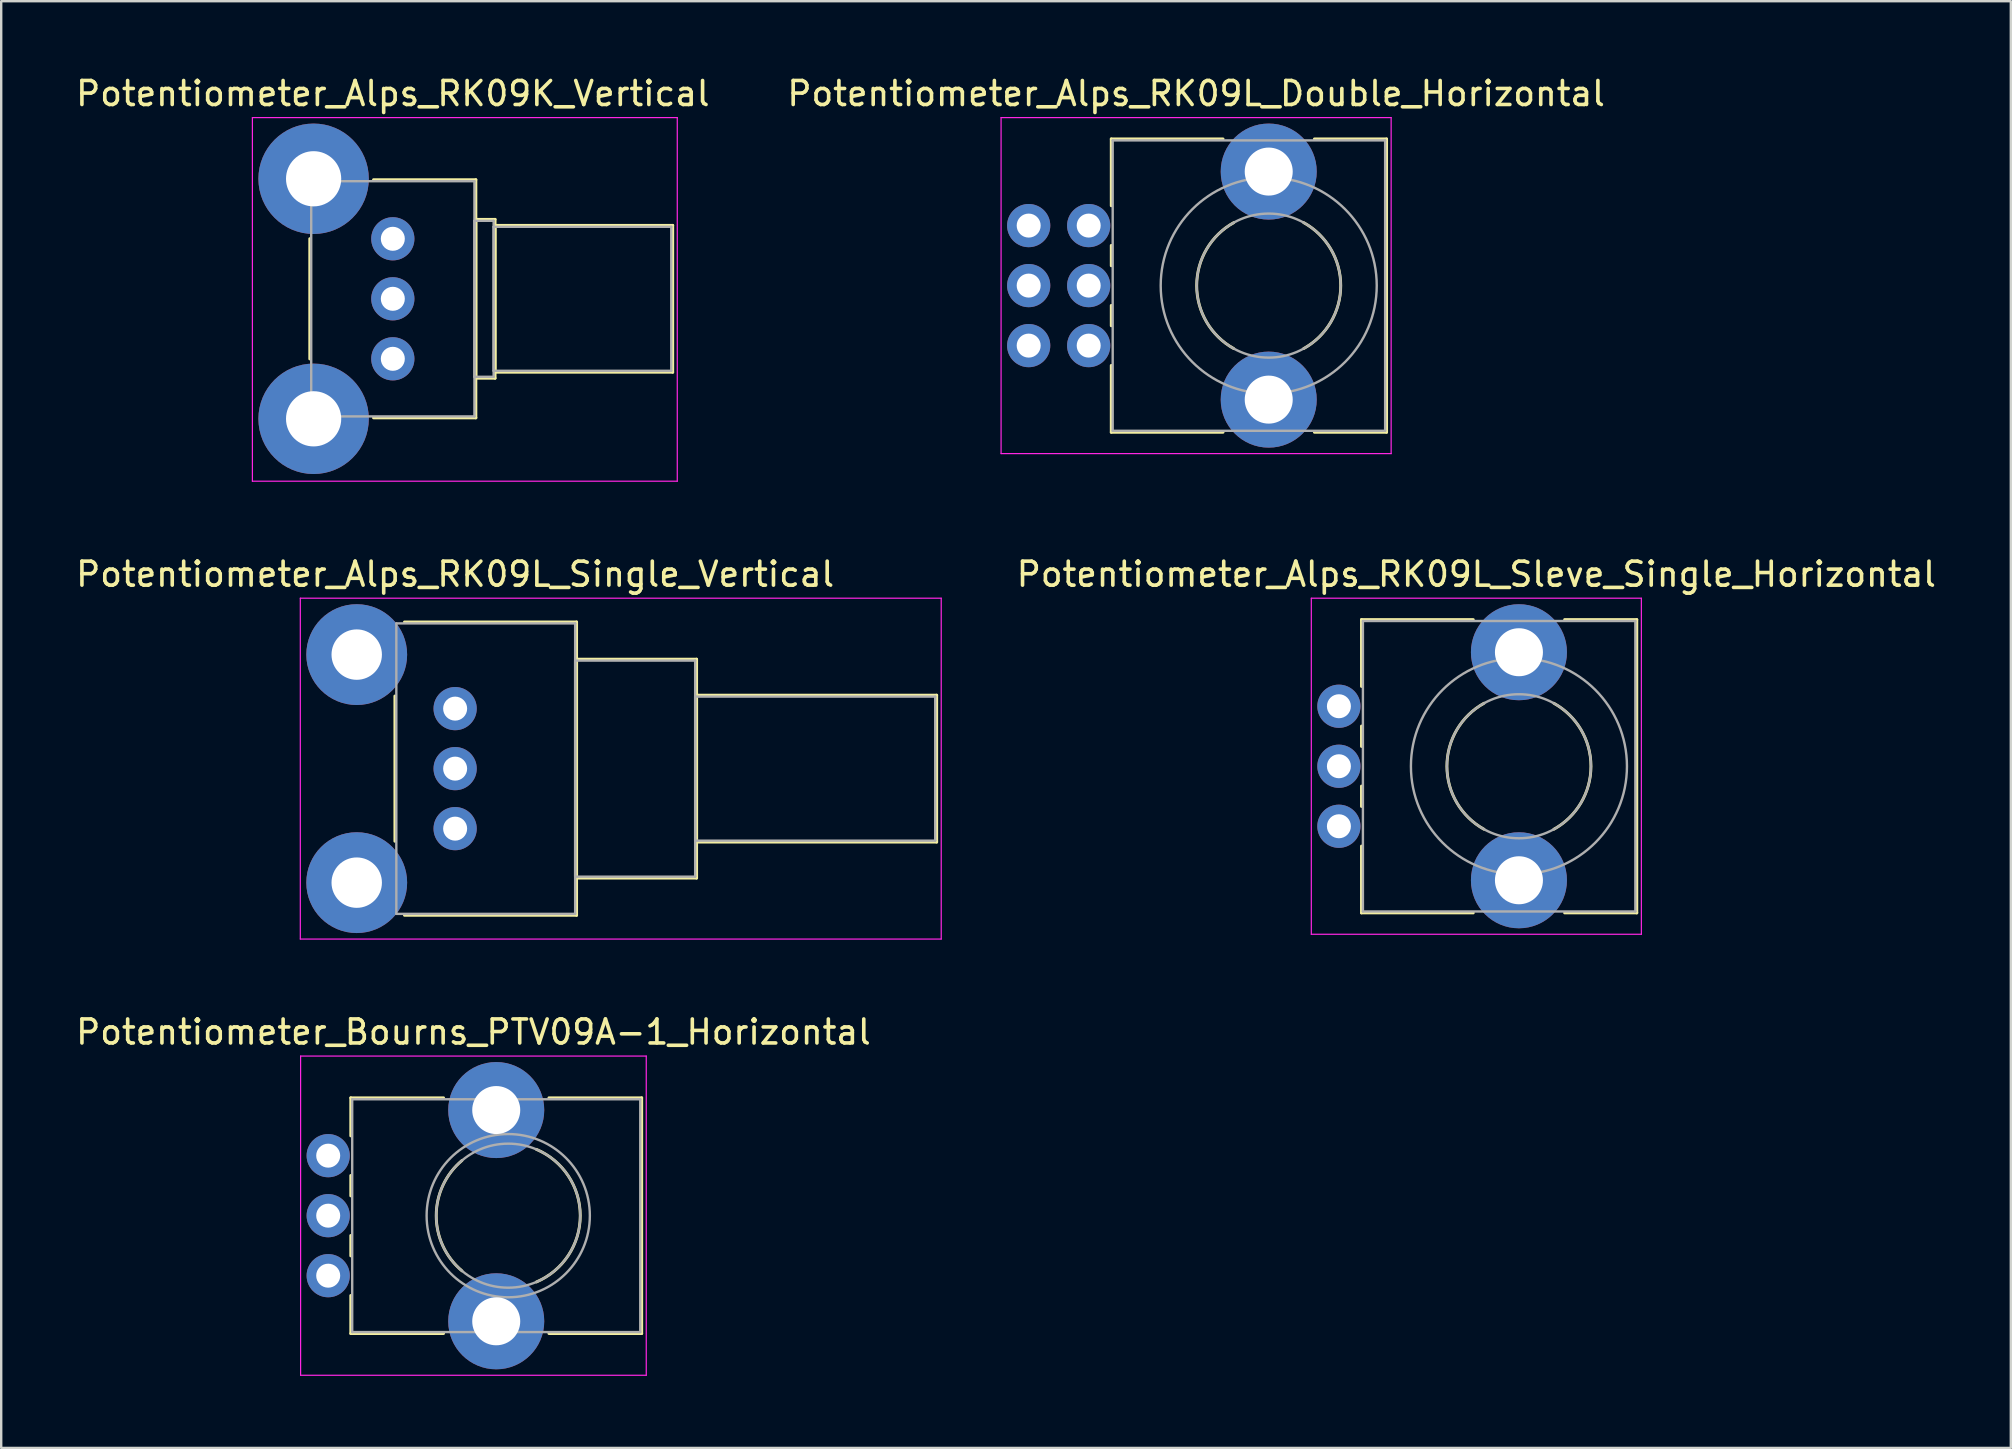
<source format=kicad_pcb>
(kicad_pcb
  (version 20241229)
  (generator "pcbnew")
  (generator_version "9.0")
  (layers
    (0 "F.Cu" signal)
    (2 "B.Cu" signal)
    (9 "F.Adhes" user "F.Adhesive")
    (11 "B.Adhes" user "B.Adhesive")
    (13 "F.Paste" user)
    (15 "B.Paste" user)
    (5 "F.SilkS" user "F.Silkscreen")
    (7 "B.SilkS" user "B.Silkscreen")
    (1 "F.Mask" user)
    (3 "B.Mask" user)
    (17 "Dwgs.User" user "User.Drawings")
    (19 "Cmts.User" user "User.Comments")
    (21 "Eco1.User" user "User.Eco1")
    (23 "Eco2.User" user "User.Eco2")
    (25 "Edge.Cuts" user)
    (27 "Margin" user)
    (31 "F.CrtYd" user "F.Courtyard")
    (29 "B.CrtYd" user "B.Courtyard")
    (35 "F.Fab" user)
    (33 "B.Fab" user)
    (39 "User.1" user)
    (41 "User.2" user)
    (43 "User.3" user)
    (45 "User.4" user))
  (footprint "Potentiometer_Alps_RK09L_Double_Horizontal"
    (layer "F.Cu")
    (at 42.305 11.348)
    (property "Reference" "Potentiometer_Alps_RK09L_Double_Horizontal" (at 4.475 -10.5 0) (layer "F.SilkS") (effects (font (size 1 1) (thickness 0.15))))
    (attr through_hole)
    (fp_line (start 0.94 -8.61) (end 0.94 -5.825) (stroke (width 0.12) (type solid)) (layer "F.SilkS"))
    (fp_line (start 0.94 -8.61) (end 5.598 -8.61) (stroke (width 0.12) (type solid)) (layer "F.SilkS"))
    (fp_line (start 0.94 -4.175) (end 0.94 -3.325) (stroke (width 0.12) (type solid)) (layer "F.SilkS"))
    (fp_line (start 0.94 -1.675) (end 0.94 -0.825) (stroke (width 0.12) (type solid)) (layer "F.SilkS"))
    (fp_line (start 0.94 0.825) (end 0.94 3.61) (stroke (width 0.12) (type solid)) (layer "F.SilkS"))
    (fp_line (start 0.94 3.61) (end 5.598 3.61) (stroke (width 0.12) (type solid)) (layer "F.SilkS"))
    (fp_line (start 9.403 -8.61) (end 12.41 -8.61) (stroke (width 0.12) (type solid)) (layer "F.SilkS"))
    (fp_line (start 9.403 3.61) (end 12.41 3.61) (stroke (width 0.12) (type solid)) (layer "F.SilkS"))
    (fp_line (start 12.41 -8.61) (end 12.41 3.61) (stroke (width 0.12) (type solid)) (layer "F.SilkS"))
    (fp_arc (start 6.044376 0.1241) (mid 4.49921 -2.500928) (end 6.046 -5.125) (stroke (width 0.12) (type solid)) (layer "F.SilkS"))
    (fp_arc (start 8.954246 -5.124418) (mid 10.5004 -2.500431) (end 8.955 0.124) (stroke (width 0.12) (type solid)) (layer "F.SilkS"))
    (fp_line (start -3.65 -9.5) (end -3.65 4.5) (stroke (width 0.05) (type solid)) (layer "F.CrtYd"))
    (fp_line (start -3.65 4.5) (end 12.6 4.5) (stroke (width 0.05) (type solid)) (layer "F.CrtYd"))
    (fp_line (start 12.6 -9.5) (end -3.65 -9.5) (stroke (width 0.05) (type solid)) (layer "F.CrtYd"))
    (fp_line (start 12.6 4.5) (end 12.6 -9.5) (stroke (width 0.05) (type solid)) (layer "F.CrtYd"))
    (fp_line (start 1 -8.55) (end 1 3.55) (stroke (width 0.1) (type solid)) (layer "F.Fab"))
    (fp_line (start 1 3.55) (end 12.35 3.55) (stroke (width 0.1) (type solid)) (layer "F.Fab"))
    (fp_line (start 12.35 -8.55) (end 1 -8.55) (stroke (width 0.1) (type solid)) (layer "F.Fab"))
    (fp_line (start 12.35 3.55) (end 12.35 -8.55) (stroke (width 0.1) (type solid)) (layer "F.Fab"))
    (fp_circle (center 7.5 -2.5) (end 10.5 -2.5) (stroke (width 0.1) (type solid)) (fill no) (layer "F.Fab"))
    (fp_circle (center 7.5 -2.5) (end 12 -2.5) (stroke (width 0.1) (type solid)) (fill no) (layer "F.Fab"))
    (pad "" np_thru_hole circle (at 7.5 -7.25) (size 4 4) (drill 2) (layers "*.Cu" "*.Mask"))
    (pad "" np_thru_hole circle (at 7.5 2.25) (size 4 4) (drill 2) (layers "*.Cu" "*.Mask"))
    (pad "1" thru_hole circle (at 0 0) (size 1.8 1.8) (drill 1) (layers "*.Cu" "*.Mask"))
    (pad "2" thru_hole circle (at 0 -2.5) (size 1.8 1.8) (drill 1) (layers "*.Cu" "*.Mask"))
    (pad "3" thru_hole circle (at 0 -5) (size 1.8 1.8) (drill 1) (layers "*.Cu" "*.Mask"))
    (pad "4" thru_hole circle (at -2.5 0) (size 1.8 1.8) (drill 1) (layers "*.Cu" "*.Mask"))
    (pad "5" thru_hole circle (at -2.5 -2.5) (size 1.8 1.8) (drill 1) (layers "*.Cu" "*.Mask"))
    (pad "6" thru_hole circle (at -2.5 -5) (size 1.8 1.8) (drill 1) (layers "*.Cu" "*.Mask")))
  (footprint "Potentiometer_Bourns_PTV09A-1_Horizontal"
    (layer "F.Cu")
    (at 10.623 50.095)
    (property "Reference" "Potentiometer_Bourns_PTV09A-1_Horizontal" (at 6.05 -10.15 0) (layer "F.SilkS") (effects (font (size 1 1) (thickness 0.15))))
    (attr through_hole)
    (fp_line (start 0.94 -7.41) (end 0.94 -5.825) (stroke (width 0.12) (type solid)) (layer "F.SilkS"))
    (fp_line (start 0.94 -7.41) (end 4.806 -7.41) (stroke (width 0.12) (type solid)) (layer "F.SilkS"))
    (fp_line (start 0.94 -4.175) (end 0.94 -3.325) (stroke (width 0.12) (type solid)) (layer "F.SilkS"))
    (fp_line (start 0.94 -1.675) (end 0.94 -0.825) (stroke (width 0.12) (type solid)) (layer "F.SilkS"))
    (fp_line (start 0.94 0.825) (end 0.94 2.41) (stroke (width 0.12) (type solid)) (layer "F.SilkS"))
    (fp_line (start 0.94 2.41) (end 4.806 2.41) (stroke (width 0.12) (type solid)) (layer "F.SilkS"))
    (fp_line (start 9.195 -7.41) (end 13.06 -7.41) (stroke (width 0.12) (type solid)) (layer "F.SilkS"))
    (fp_line (start 9.195 2.41) (end 13.06 2.41) (stroke (width 0.12) (type solid)) (layer "F.SilkS"))
    (fp_line (start 13.06 -7.41) (end 13.06 2.41) (stroke (width 0.12) (type solid)) (layer "F.SilkS"))
    (fp_arc (start 5.571705 -0.202247) (mid 4.500335 -2.500192) (end 5.572 -4.798) (stroke (width 0.12) (type solid)) (layer "F.SilkS"))
    (fp_arc (start 8.671982 -5.262432) (mid 10.500762 -2.500553) (end 8.673 0.262) (stroke (width 0.12) (type solid)) (layer "F.SilkS"))
    (fp_line (start -1.15 -9.15) (end -1.15 4.15) (stroke (width 0.05) (type solid)) (layer "F.CrtYd"))
    (fp_line (start -1.15 4.15) (end 13.25 4.15) (stroke (width 0.05) (type solid)) (layer "F.CrtYd"))
    (fp_line (start 13.25 -9.15) (end -1.15 -9.15) (stroke (width 0.05) (type solid)) (layer "F.CrtYd"))
    (fp_line (start 13.25 4.15) (end 13.25 -9.15) (stroke (width 0.05) (type solid)) (layer "F.CrtYd"))
    (fp_line (start 1 -7.35) (end 1 2.35) (stroke (width 0.1) (type solid)) (layer "F.Fab"))
    (fp_line (start 1 2.35) (end 13 2.35) (stroke (width 0.1) (type solid)) (layer "F.Fab"))
    (fp_line (start 13 -7.35) (end 1 -7.35) (stroke (width 0.1) (type solid)) (layer "F.Fab"))
    (fp_line (start 13 2.35) (end 13 -7.35) (stroke (width 0.1) (type solid)) (layer "F.Fab"))
    (fp_circle (center 7.5 -2.5) (end 10.5 -2.5) (stroke (width 0.1) (type solid)) (fill no) (layer "F.Fab"))
    (fp_circle (center 7.5 -2.5) (end 10.9 -2.5) (stroke (width 0.1) (type solid)) (fill no) (layer "F.Fab"))
    (pad "" np_thru_hole circle (at 7 -6.9) (size 4 4) (drill 2) (layers "*.Cu" "*.Mask"))
    (pad "" np_thru_hole circle (at 7 1.9) (size 4 4) (drill 2) (layers "*.Cu" "*.Mask"))
    (pad "1" thru_hole circle (at 0 0) (size 1.8 1.8) (drill 1) (layers "*.Cu" "*.Mask"))
    (pad "2" thru_hole circle (at 0 -2.5) (size 1.8 1.8) (drill 1) (layers "*.Cu" "*.Mask"))
    (pad "3" thru_hole circle (at 0 -5) (size 1.8 1.8) (drill 1) (layers "*.Cu" "*.Mask")))
  (footprint "Potentiometer_Alps_RK09K_Vertical"
    (layer "F.Cu")
    (at 13.315 11.898)
    (property "Reference" "Potentiometer_Alps_RK09K_Vertical" (at 0 -11.05 0) (layer "F.SilkS") (effects (font (size 1 1) (thickness 0.15))))
    (attr through_hole)
    (fp_line (start -3.46 -5.005) (end -3.46 0.005) (stroke (width 0.12) (type solid)) (layer "F.SilkS"))
    (fp_line (start -0.805 -7.461) (end 3.46 -7.461) (stroke (width 0.12) (type solid)) (layer "F.SilkS"))
    (fp_line (start -0.805 2.46) (end 3.46 2.46) (stroke (width 0.12) (type solid)) (layer "F.SilkS"))
    (fp_line (start 3.46 -7.461) (end 3.46 2.46) (stroke (width 0.12) (type solid)) (layer "F.SilkS"))
    (fp_line (start 3.46 -5.81) (end 3.46 0.81) (stroke (width 0.12) (type solid)) (layer "F.SilkS"))
    (fp_line (start 3.46 -5.81) (end 4.26 -5.81) (stroke (width 0.12) (type solid)) (layer "F.SilkS"))
    (fp_line (start 3.46 0.81) (end 4.26 0.81) (stroke (width 0.12) (type solid)) (layer "F.SilkS"))
    (fp_line (start 4.26 -5.81) (end 4.26 0.81) (stroke (width 0.12) (type solid)) (layer "F.SilkS"))
    (fp_line (start 4.26 -5.56) (end 4.26 0.56) (stroke (width 0.12) (type solid)) (layer "F.SilkS"))
    (fp_line (start 4.26 -5.56) (end 11.66 -5.56) (stroke (width 0.12) (type solid)) (layer "F.SilkS"))
    (fp_line (start 4.26 0.56) (end 11.66 0.56) (stroke (width 0.12) (type solid)) (layer "F.SilkS"))
    (fp_line (start 11.66 -5.56) (end 11.66 0.56) (stroke (width 0.12) (type solid)) (layer "F.SilkS"))
    (fp_line (start -5.85 -10.05) (end -5.85 5.1) (stroke (width 0.05) (type solid)) (layer "F.CrtYd"))
    (fp_line (start -5.85 5.1) (end 11.85 5.1) (stroke (width 0.05) (type solid)) (layer "F.CrtYd"))
    (fp_line (start 11.85 -10.05) (end -5.85 -10.05) (stroke (width 0.05) (type solid)) (layer "F.CrtYd"))
    (fp_line (start 11.85 5.1) (end 11.85 -10.05) (stroke (width 0.05) (type solid)) (layer "F.CrtYd"))
    (fp_line (start -3.4 -7.4) (end -3.4 2.4) (stroke (width 0.1) (type solid)) (layer "F.Fab"))
    (fp_line (start -3.4 2.4) (end 3.4 2.4) (stroke (width 0.1) (type solid)) (layer "F.Fab"))
    (fp_line (start 3.4 -7.4) (end -3.4 -7.4) (stroke (width 0.1) (type solid)) (layer "F.Fab"))
    (fp_line (start 3.4 -5.75) (end 3.4 0.75) (stroke (width 0.1) (type solid)) (layer "F.Fab"))
    (fp_line (start 3.4 0.75) (end 4.2 0.75) (stroke (width 0.1) (type solid)) (layer "F.Fab"))
    (fp_line (start 3.4 2.4) (end 3.4 -7.4) (stroke (width 0.1) (type solid)) (layer "F.Fab"))
    (fp_line (start 4.2 -5.75) (end 3.4 -5.75) (stroke (width 0.1) (type solid)) (layer "F.Fab"))
    (fp_line (start 4.2 -5.5) (end 4.2 0.5) (stroke (width 0.1) (type solid)) (layer "F.Fab"))
    (fp_line (start 4.2 0.5) (end 11.6 0.5) (stroke (width 0.1) (type solid)) (layer "F.Fab"))
    (fp_line (start 4.2 0.75) (end 4.2 -5.75) (stroke (width 0.1) (type solid)) (layer "F.Fab"))
    (fp_line (start 11.6 -5.5) (end 4.2 -5.5) (stroke (width 0.1) (type solid)) (layer "F.Fab"))
    (fp_line (start 11.6 0.5) (end 11.6 -5.5) (stroke (width 0.1) (type solid)) (layer "F.Fab"))
    (pad "0" thru_hole circle (at -3.3 -7.5) (size 4.6 4.6) (drill 2.3) (layers "*.Cu" "*.Mask"))
    (pad "0" thru_hole circle (at -3.3 2.5) (size 4.6 4.6) (drill 2.3) (layers "*.Cu" "*.Mask"))
    (pad "1" thru_hole circle (at 0 0) (size 1.8 1.8) (drill 1) (layers "*.Cu" "*.Mask"))
    (pad "2" thru_hole circle (at 0 -2.5) (size 1.8 1.8) (drill 1) (layers "*.Cu" "*.Mask"))
    (pad "3" thru_hole circle (at 0 -5) (size 1.8 1.8) (drill 1) (layers "*.Cu" "*.Mask")))
  (footprint "Potentiometer_Alps_RK09L_Sleve_Single_Horizontal"
    (layer "F.Cu")
    (at 52.729 31.372)
    (property "Reference" "Potentiometer_Alps_RK09L_Sleve_Single_Horizontal" (at 5.725 -10.5 0) (layer "F.SilkS") (effects (font (size 1 1) (thickness 0.15))))
    (attr through_hole)
    (fp_line (start 0.94 -8.61) (end 0.94 -5.825) (stroke (width 0.12) (type solid)) (layer "F.SilkS"))
    (fp_line (start 0.94 -8.61) (end 5.598 -8.61) (stroke (width 0.12) (type solid)) (layer "F.SilkS"))
    (fp_line (start 0.94 -4.175) (end 0.94 -3.325) (stroke (width 0.12) (type solid)) (layer "F.SilkS"))
    (fp_line (start 0.94 -1.675) (end 0.94 -0.825) (stroke (width 0.12) (type solid)) (layer "F.SilkS"))
    (fp_line (start 0.94 0.825) (end 0.94 3.61) (stroke (width 0.12) (type solid)) (layer "F.SilkS"))
    (fp_line (start 0.94 3.61) (end 5.598 3.61) (stroke (width 0.12) (type solid)) (layer "F.SilkS"))
    (fp_line (start 9.403 -8.61) (end 12.41 -8.61) (stroke (width 0.12) (type solid)) (layer "F.SilkS"))
    (fp_line (start 9.403 3.61) (end 12.41 3.61) (stroke (width 0.12) (type solid)) (layer "F.SilkS"))
    (fp_line (start 12.41 -8.61) (end 12.41 3.61) (stroke (width 0.12) (type solid)) (layer "F.SilkS"))
    (fp_arc (start 6.044376 0.1241) (mid 4.49921 -2.500928) (end 6.046 -5.125) (stroke (width 0.12) (type solid)) (layer "F.SilkS"))
    (fp_arc (start 8.954246 -5.124418) (mid 10.5004 -2.500431) (end 8.955 0.124) (stroke (width 0.12) (type solid)) (layer "F.SilkS"))
    (fp_line (start -1.15 -9.5) (end -1.15 4.5) (stroke (width 0.05) (type solid)) (layer "F.CrtYd"))
    (fp_line (start -1.15 4.5) (end 12.6 4.5) (stroke (width 0.05) (type solid)) (layer "F.CrtYd"))
    (fp_line (start 12.6 -9.5) (end -1.15 -9.5) (stroke (width 0.05) (type solid)) (layer "F.CrtYd"))
    (fp_line (start 12.6 4.5) (end 12.6 -9.5) (stroke (width 0.05) (type solid)) (layer "F.CrtYd"))
    (fp_line (start 1 -8.55) (end 1 3.55) (stroke (width 0.1) (type solid)) (layer "F.Fab"))
    (fp_line (start 1 3.55) (end 12.35 3.55) (stroke (width 0.1) (type solid)) (layer "F.Fab"))
    (fp_line (start 12.35 -8.55) (end 1 -8.55) (stroke (width 0.1) (type solid)) (layer "F.Fab"))
    (fp_line (start 12.35 3.55) (end 12.35 -8.55) (stroke (width 0.1) (type solid)) (layer "F.Fab"))
    (fp_circle (center 7.5 -2.5) (end 10.5 -2.5) (stroke (width 0.1) (type solid)) (fill no) (layer "F.Fab"))
    (fp_circle (center 7.5 -2.5) (end 12 -2.5) (stroke (width 0.1) (type solid)) (fill no) (layer "F.Fab"))
    (pad "" np_thru_hole circle (at 7.5 -7.25) (size 4 4) (drill 2) (layers "*.Cu" "*.Mask"))
    (pad "" np_thru_hole circle (at 7.5 2.25) (size 4 4) (drill 2) (layers "*.Cu" "*.Mask"))
    (pad "1" thru_hole circle (at 0 0) (size 1.8 1.8) (drill 1) (layers "*.Cu" "*.Mask"))
    (pad "2" thru_hole circle (at 0 -2.5) (size 1.8 1.8) (drill 1) (layers "*.Cu" "*.Mask"))
    (pad "3" thru_hole circle (at 0 -5) (size 1.8 1.8) (drill 1) (layers "*.Cu" "*.Mask")))
  (footprint "Potentiometer_Alps_RK09L_Single_Vertical"
    (layer "F.Cu")
    (at 15.911 31.471)
    (property "Reference" "Potentiometer_Alps_RK09L_Single_Vertical" (at 0 -10.6 0) (layer "F.SilkS") (effects (font (size 1 1) (thickness 0.15))))
    (attr through_hole)
    (fp_line (start -2.51 -5.525) (end -2.51 0.525) (stroke (width 0.12) (type solid)) (layer "F.SilkS"))
    (fp_line (start -2.111 -8.61) (end 5.06 -8.61) (stroke (width 0.12) (type solid)) (layer "F.SilkS"))
    (fp_line (start -2.111 3.61) (end 5.06 3.61) (stroke (width 0.12) (type solid)) (layer "F.SilkS"))
    (fp_line (start 5.06 -8.61) (end 5.06 3.61) (stroke (width 0.12) (type solid)) (layer "F.SilkS"))
    (fp_line (start 5.06 -7.06) (end 5.06 2.06) (stroke (width 0.12) (type solid)) (layer "F.SilkS"))
    (fp_line (start 5.06 -7.06) (end 10.06 -7.06) (stroke (width 0.12) (type solid)) (layer "F.SilkS"))
    (fp_line (start 5.06 2.06) (end 10.06 2.06) (stroke (width 0.12) (type solid)) (layer "F.SilkS"))
    (fp_line (start 10.06 -7.06) (end 10.06 2.06) (stroke (width 0.12) (type solid)) (layer "F.SilkS"))
    (fp_line (start 10.06 -5.56) (end 10.06 0.56) (stroke (width 0.12) (type solid)) (layer "F.SilkS"))
    (fp_line (start 10.06 -5.56) (end 20.061 -5.56) (stroke (width 0.12) (type solid)) (layer "F.SilkS"))
    (fp_line (start 10.06 0.56) (end 20.061 0.56) (stroke (width 0.12) (type solid)) (layer "F.SilkS"))
    (fp_line (start 20.061 -5.56) (end 20.061 0.56) (stroke (width 0.12) (type solid)) (layer "F.SilkS"))
    (fp_line (start -6.45 -9.6) (end -6.45 4.6) (stroke (width 0.05) (type solid)) (layer "F.CrtYd"))
    (fp_line (start -6.45 4.6) (end 20.25 4.6) (stroke (width 0.05) (type solid)) (layer "F.CrtYd"))
    (fp_line (start 20.25 -9.6) (end -6.45 -9.6) (stroke (width 0.05) (type solid)) (layer "F.CrtYd"))
    (fp_line (start 20.25 4.6) (end 20.25 -9.6) (stroke (width 0.05) (type solid)) (layer "F.CrtYd"))
    (fp_line (start -2.45 -8.55) (end -2.45 3.55) (stroke (width 0.1) (type solid)) (layer "F.Fab"))
    (fp_line (start -2.45 3.55) (end 5 3.55) (stroke (width 0.1) (type solid)) (layer "F.Fab"))
    (fp_line (start 5 -8.55) (end -2.45 -8.55) (stroke (width 0.1) (type solid)) (layer "F.Fab"))
    (fp_line (start 5 -7) (end 5 2) (stroke (width 0.1) (type solid)) (layer "F.Fab"))
    (fp_line (start 5 2) (end 10 2) (stroke (width 0.1) (type solid)) (layer "F.Fab"))
    (fp_line (start 5 3.55) (end 5 -8.55) (stroke (width 0.1) (type solid)) (layer "F.Fab"))
    (fp_line (start 10 -7) (end 5 -7) (stroke (width 0.1) (type solid)) (layer "F.Fab"))
    (fp_line (start 10 -5.5) (end 10 0.5) (stroke (width 0.1) (type solid)) (layer "F.Fab"))
    (fp_line (start 10 0.5) (end 20 0.5) (stroke (width 0.1) (type solid)) (layer "F.Fab"))
    (fp_line (start 10 2) (end 10 -7) (stroke (width 0.1) (type solid)) (layer "F.Fab"))
    (fp_line (start 20 -5.5) (end 10 -5.5) (stroke (width 0.1) (type solid)) (layer "F.Fab"))
    (fp_line (start 20 0.5) (end 20 -5.5) (stroke (width 0.1) (type solid)) (layer "F.Fab"))
    (pad "0" thru_hole circle (at -4.1 -7.25) (size 4.2 4.2) (drill 2.1) (layers "*.Cu" "*.Mask"))
    (pad "0" thru_hole circle (at -4.1 2.25) (size 4.2 4.2) (drill 2.1) (layers "*.Cu" "*.Mask"))
    (pad "1" thru_hole circle (at 0 0) (size 1.8 1.8) (drill 1) (layers "*.Cu" "*.Mask"))
    (pad "2" thru_hole circle (at 0 -2.5) (size 1.8 1.8) (drill 1) (layers "*.Cu" "*.Mask"))
    (pad "3" thru_hole circle (at 0 -5) (size 1.8 1.8) (drill 1) (layers "*.Cu" "*.Mask")))
  (gr_rect
    (start -3 -3)
    (end 80.721 57.27)
    (stroke (width 0.1) (type default))
    (fill no)
    (layer "Edge.Cuts")))
</source>
